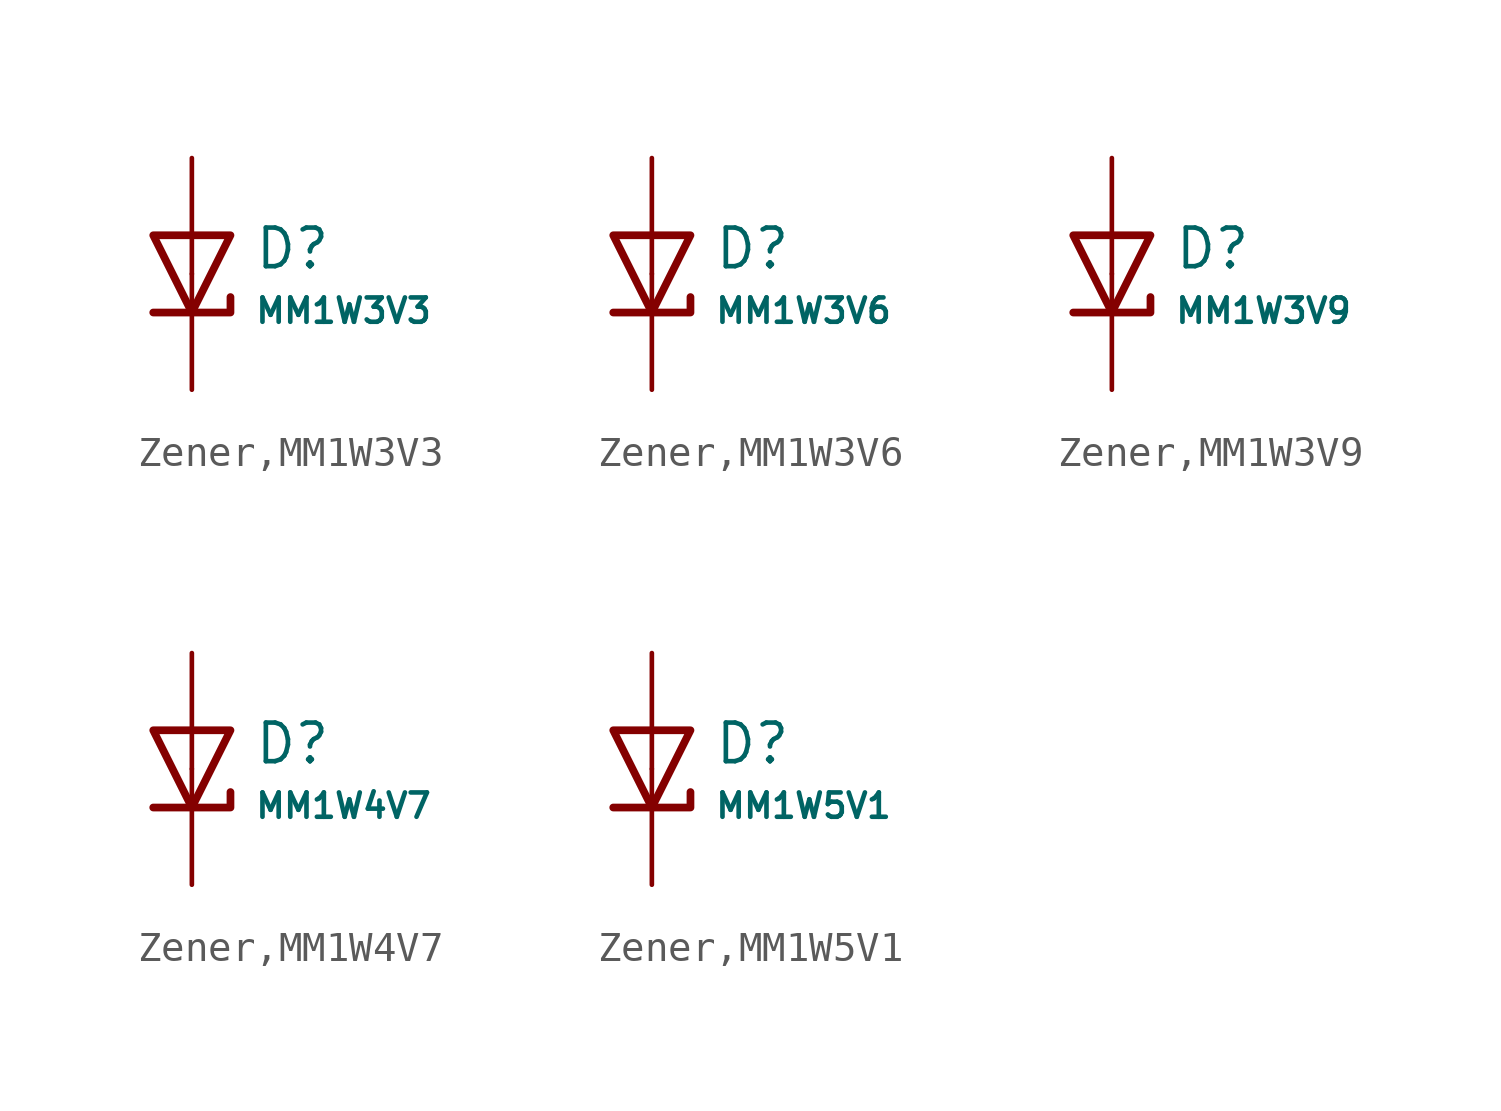
<source format=kicad_sym>
(kicad_symbol_lib
  (version 20231120)
  (generator "CDFER")
  (generator_version "8.0")
  (symbol "Zener,MM1W3V3"
    (pin_numbers hide)
    (pin_names
      (offset 0))
    (property "Reference" "D"
      (at 2.032 0.834 0)
      (effects (font (size 1.27 1.27)) (justify left)))
    (property "Value" "MM1W3V3"
      (at 2.032 -1.212 0)
      (effects (font (size 0.8 0.8)) (justify left)))
    (symbol "Zener,MM1W3V3_0_1"
      (polyline (pts (xy -1.27 1.27) (xy 0.00 -1.27) (xy 1.27 1.27) (xy -1.27 1.27)) (stroke (width 0.254) (type default)) (fill (type none))))
    (symbol "Zener,MM1W3V3_0_1"
      (polyline (pts (xy -1.27 -1.27) (xy 1.27 -1.27) (xy 1.27 -0.762)) (stroke (width 0.254) (type default)) (fill (type none))))
    (symbol "Zener,MM1W3V3_1_1"
      (pin passive line (at 0 3.81 270) (length 3.81) (name "~" (effects (font (size 1.27 1.27)))) (number "2" (effects (font (size 1.27 1.27)))))
      (pin passive line (at 0 -3.81 90) (length 3.81) (name "~" (effects (font (size 1.27 1.27)))) (number "1" (effects (font (size 1.27 1.27)))))))
  (symbol "Zener,MM1W3V6"
    (pin_numbers hide)
    (pin_names
      (offset 0))
    (property "Reference" "D"
      (at 2.032 0.834 0)
      (effects (font (size 1.27 1.27)) (justify left)))
    (property "Value" "MM1W3V6"
      (at 2.032 -1.212 0)
      (effects (font (size 0.8 0.8)) (justify left)))
    (symbol "Zener,MM1W3V6_0_1"
      (polyline (pts (xy -1.27 1.27) (xy 0.00 -1.27) (xy 1.27 1.27) (xy -1.27 1.27)) (stroke (width 0.254) (type default)) (fill (type none))))
    (symbol "Zener,MM1W3V6_0_1"
      (polyline (pts (xy -1.27 -1.27) (xy 1.27 -1.27) (xy 1.27 -0.762)) (stroke (width 0.254) (type default)) (fill (type none))))
    (symbol "Zener,MM1W3V6_1_1"
      (pin passive line (at 0 3.81 270) (length 3.81) (name "~" (effects (font (size 1.27 1.27)))) (number "2" (effects (font (size 1.27 1.27)))))
      (pin passive line (at 0 -3.81 90) (length 3.81) (name "~" (effects (font (size 1.27 1.27)))) (number "1" (effects (font (size 1.27 1.27)))))))
  (symbol "Zener,MM1W3V9"
    (pin_numbers hide)
    (pin_names
      (offset 0))
    (property "Reference" "D"
      (at 2.032 0.834 0)
      (effects (font (size 1.27 1.27)) (justify left)))
    (property "Value" "MM1W3V9"
      (at 2.032 -1.212 0)
      (effects (font (size 0.8 0.8)) (justify left)))
    (symbol "Zener,MM1W3V9_0_1"
      (polyline (pts (xy -1.27 1.27) (xy 0.00 -1.27) (xy 1.27 1.27) (xy -1.27 1.27)) (stroke (width 0.254) (type default)) (fill (type none))))
    (symbol "Zener,MM1W3V9_0_1"
      (polyline (pts (xy -1.27 -1.27) (xy 1.27 -1.27) (xy 1.27 -0.762)) (stroke (width 0.254) (type default)) (fill (type none))))
    (symbol "Zener,MM1W3V9_1_1"
      (pin passive line (at 0 3.81 270) (length 3.81) (name "~" (effects (font (size 1.27 1.27)))) (number "2" (effects (font (size 1.27 1.27)))))
      (pin passive line (at 0 -3.81 90) (length 3.81) (name "~" (effects (font (size 1.27 1.27)))) (number "1" (effects (font (size 1.27 1.27)))))))
  (symbol "Zener,MM1W4V7"
    (pin_numbers hide)
    (pin_names
      (offset 0))
    (property "Reference" "D"
      (at 2.032 0.834 0)
      (effects (font (size 1.27 1.27)) (justify left)))
    (property "Value" "MM1W4V7"
      (at 2.032 -1.212 0)
      (effects (font (size 0.8 0.8)) (justify left)))
    (symbol "Zener,MM1W4V7_0_1"
      (polyline (pts (xy -1.27 1.27) (xy 0.00 -1.27) (xy 1.27 1.27) (xy -1.27 1.27)) (stroke (width 0.254) (type default)) (fill (type none))))
    (symbol "Zener,MM1W4V7_0_1"
      (polyline (pts (xy -1.27 -1.27) (xy 1.27 -1.27) (xy 1.27 -0.762)) (stroke (width 0.254) (type default)) (fill (type none))))
    (symbol "Zener,MM1W4V7_1_1"
      (pin passive line (at 0 3.81 270) (length 3.81) (name "~" (effects (font (size 1.27 1.27)))) (number "2" (effects (font (size 1.27 1.27)))))
      (pin passive line (at 0 -3.81 90) (length 3.81) (name "~" (effects (font (size 1.27 1.27)))) (number "1" (effects (font (size 1.27 1.27)))))))
  (symbol "Zener,MM1W5V1"
    (pin_numbers hide)
    (pin_names
      (offset 0))
    (property "Reference" "D"
      (at 2.032 0.834 0)
      (effects (font (size 1.27 1.27)) (justify left)))
    (property "Value" "MM1W5V1"
      (at 2.032 -1.212 0)
      (effects (font (size 0.8 0.8)) (justify left)))
    (symbol "Zener,MM1W5V1_0_1"
      (polyline (pts (xy -1.27 1.27) (xy 0.00 -1.27) (xy 1.27 1.27) (xy -1.27 1.27)) (stroke (width 0.254) (type default)) (fill (type none))))
    (symbol "Zener,MM1W5V1_0_1"
      (polyline (pts (xy -1.27 -1.27) (xy 1.27 -1.27) (xy 1.27 -0.762)) (stroke (width 0.254) (type default)) (fill (type none))))
    (symbol "Zener,MM1W5V1_1_1"
      (pin passive line (at 0 3.81 270) (length 3.81) (name "~" (effects (font (size 1.27 1.27)))) (number "2" (effects (font (size 1.27 1.27)))))
      (pin passive line (at 0 -3.81 90) (length 3.81) (name "~" (effects (font (size 1.27 1.27)))) (number "1" (effects (font (size 1.27 1.27))))))))
</source>
